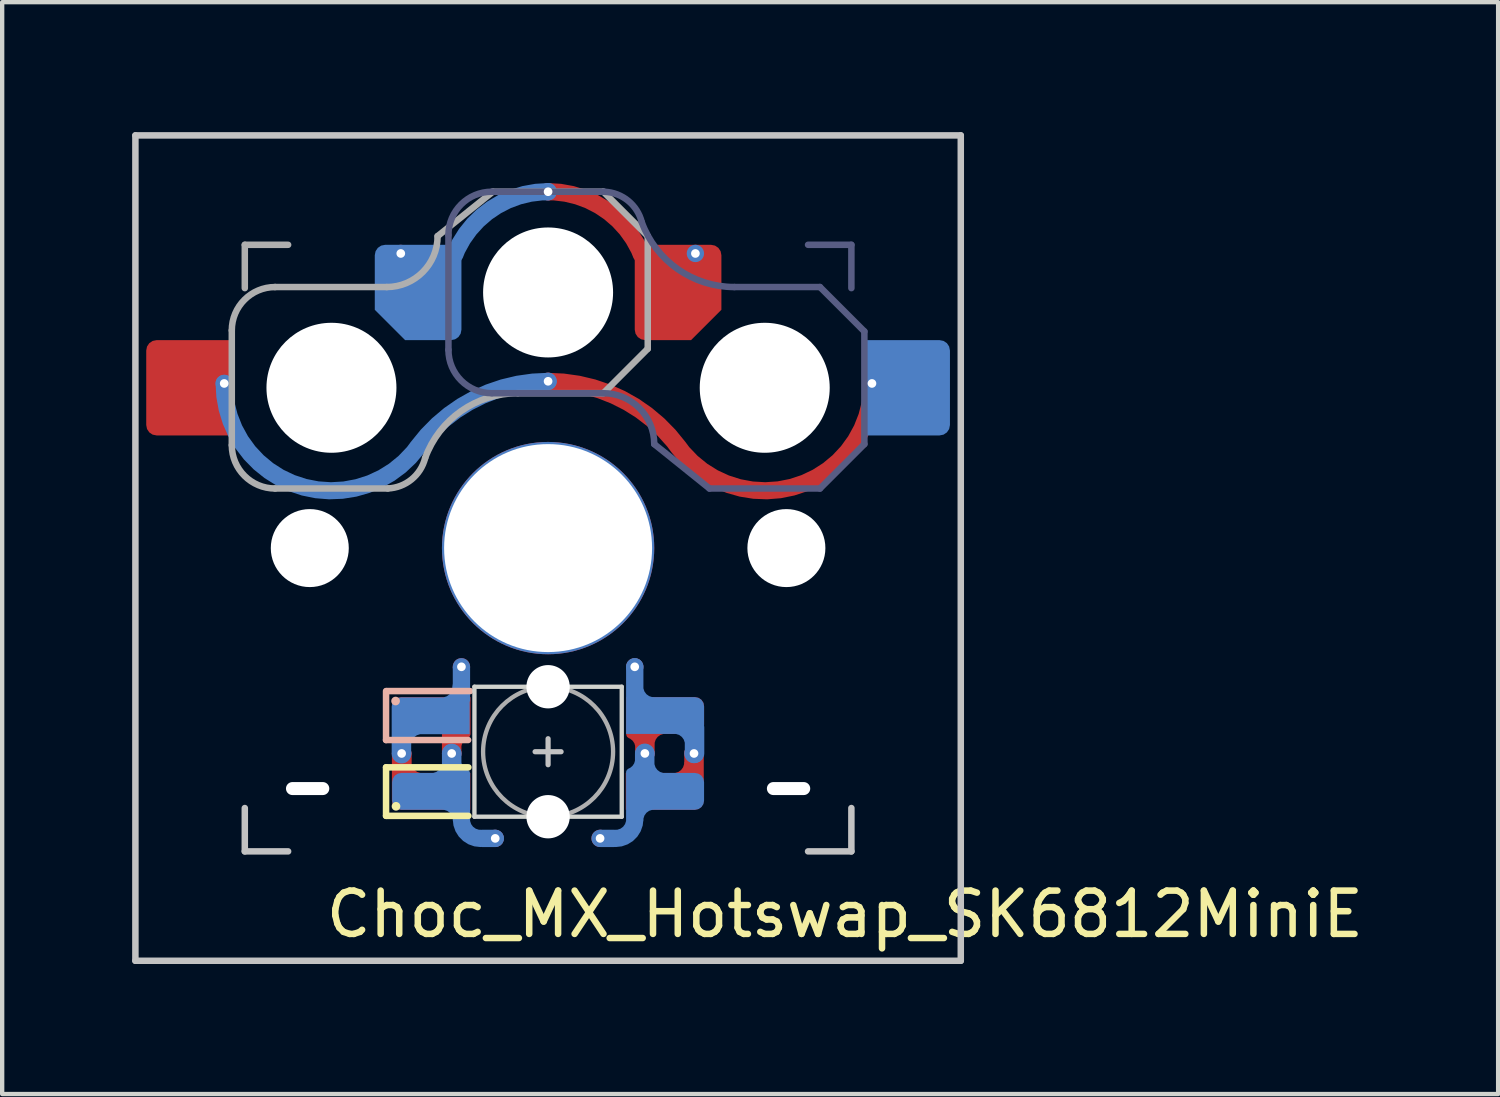
<source format=kicad_pcb>
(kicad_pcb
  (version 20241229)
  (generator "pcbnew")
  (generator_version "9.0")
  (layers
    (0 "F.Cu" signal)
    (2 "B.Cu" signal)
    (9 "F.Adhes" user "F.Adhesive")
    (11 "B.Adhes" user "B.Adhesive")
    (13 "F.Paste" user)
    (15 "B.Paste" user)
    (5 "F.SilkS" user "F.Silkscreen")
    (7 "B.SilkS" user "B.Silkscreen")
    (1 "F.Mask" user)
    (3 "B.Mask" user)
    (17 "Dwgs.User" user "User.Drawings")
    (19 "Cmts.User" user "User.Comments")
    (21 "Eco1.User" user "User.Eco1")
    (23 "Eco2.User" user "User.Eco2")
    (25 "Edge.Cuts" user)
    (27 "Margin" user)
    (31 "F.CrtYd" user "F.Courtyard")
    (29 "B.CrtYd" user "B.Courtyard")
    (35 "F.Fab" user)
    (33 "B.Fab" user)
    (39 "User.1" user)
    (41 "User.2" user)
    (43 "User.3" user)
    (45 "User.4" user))
  (footprint "Choc_MX_Hotswap_SK6812MiniE"
    (layer "F.Cu")
    (at 9.6 9.6)
    (property "Reference" "Choc_MX_Hotswap_SK6812MiniE" (at 6.85 8.45 180) (layer "F.SilkS") (effects (font (size 1 1) (thickness 0.15))))
    (attr through_hole)
    (fp_line (start -3.74 5.06) (end -3.74 6.18) (stroke (width 0.15) (type solid)) (layer "F.SilkS"))
    (fp_line (start -3.74 5.06) (end -1.84 5.06) (stroke (width 0.15) (type solid)) (layer "F.SilkS"))
    (fp_line (start -3.74 6.18) (end -1.84 6.18) (stroke (width 0.15) (type solid)) (layer "F.SilkS"))
    (fp_circle (center -3.51 5.96) (end -3.41 5.96) (stroke (width 0) (type solid)) (fill yes) (layer "F.SilkS"))
    (fp_line (start -3.74 3.3) (end -3.74 4.43) (stroke (width 0.15) (type solid)) (layer "B.SilkS"))
    (fp_line (start -3.74 4.43) (end -1.846 4.43) (stroke (width 0.15) (type solid)) (layer "B.SilkS"))
    (fp_line (start -1.8 3.3) (end -3.724 3.3) (stroke (width 0.15) (type solid)) (layer "B.SilkS"))
    (fp_circle (center -3.52 3.53) (end -3.62 3.53) (stroke (width 0) (type solid)) (fill yes) (layer "B.SilkS"))
    (fp_line (start -9.525 -9.525) (end 9.525 -9.525) (stroke (width 0.15) (type solid)) (layer "Dwgs.User"))
    (fp_line (start -9.525 9.525) (end -9.525 -9.525) (stroke (width 0.15) (type solid)) (layer "Dwgs.User"))
    (fp_line (start -7 6) (end -7 7) (stroke (width 0.15) (type solid)) (layer "Dwgs.User"))
    (fp_line (start -7 7) (end -6 7) (stroke (width 0.15) (type solid)) (layer "Dwgs.User"))
    (fp_line (start 0 4.4) (end 0 5) (stroke (width 0.12) (type solid)) (layer "Dwgs.User"))
    (fp_line (start 0.3 4.7) (end -0.3 4.7) (stroke (width 0.12) (type solid)) (layer "Dwgs.User"))
    (fp_line (start 7 6) (end 7 7) (stroke (width 0.15) (type solid)) (layer "Dwgs.User"))
    (fp_line (start 7 7) (end 6 7) (stroke (width 0.15) (type solid)) (layer "Dwgs.User"))
    (fp_line (start 9.525 -9.525) (end 9.525 9.525) (stroke (width 0.15) (type solid)) (layer "Dwgs.User"))
    (fp_line (start 9.525 9.525) (end -9.525 9.525) (stroke (width 0.15) (type solid)) (layer "Dwgs.User"))
    (fp_line (start -1.7 3.2) (end -1.7 6.2) (stroke (width 0.1) (type solid)) (layer "Edge.Cuts"))
    (fp_line (start -1.7 3.2) (end 1.7 3.2) (stroke (width 0.1) (type solid)) (layer "Edge.Cuts"))
    (fp_line (start -1.7 6.2) (end 1.7 6.2) (stroke (width 0.1) (type solid)) (layer "Edge.Cuts"))
    (fp_line (start 1.7 6.2) (end 1.7 3.2) (stroke (width 0.1) (type solid)) (layer "Edge.Cuts"))
    (fp_line (start -2.3 -4.575) (end -2.3 -7.225) (stroke (width 0.15) (type solid)) (layer "B.Fab"))
    (fp_line (start -1.3 -8.225) (end 1.3 -8.225) (stroke (width 0.15) (type solid)) (layer "B.Fab"))
    (fp_line (start -1.3 -3.575) (end 1.275 -3.575) (stroke (width 0.15) (type solid)) (layer "B.Fab"))
    (fp_line (start 3.725 -1.375) (end 2.45 -2.4) (stroke (width 0.15) (type solid)) (layer "B.Fab"))
    (fp_line (start 3.725 -1.375) (end 6.275 -1.375) (stroke (width 0.15) (type solid)) (layer "B.Fab"))
    (fp_line (start 4.3 -6.025) (end 6.275 -6.025) (stroke (width 0.15) (type solid)) (layer "B.Fab"))
    (fp_line (start 6 -7) (end 7 -7) (stroke (width 0.15) (type solid)) (layer "B.Fab"))
    (fp_line (start 7 -7) (end 7 -6) (stroke (width 0.15) (type solid)) (layer "B.Fab"))
    (fp_line (start 7.3 -5) (end 6.275 -6.025) (stroke (width 0.15) (type solid)) (layer "B.Fab"))
    (fp_line (start 7.3 -2.4) (end 6.275 -1.375) (stroke (width 0.15) (type solid)) (layer "B.Fab"))
    (fp_line (start 7.3 -2.4) (end 7.3 -5) (stroke (width 0.15) (type solid)) (layer "B.Fab"))
    (fp_arc (start -2.3 -7.225) (mid -2.007107 -7.932107) (end -1.3 -8.225) (stroke (width 0.15) (type solid)) (layer "B.Fab"))
    (fp_arc (start -1.3 -3.575) (mid -2.007107 -3.867893) (end -2.3 -4.575) (stroke (width 0.15) (type solid)) (layer "B.Fab"))
    (fp_arc (start 1.275 -3.575) (mid 2.10585 -3.23085) (end 2.45 -2.4) (stroke (width 0.15) (type solid)) (layer "B.Fab"))
    (fp_arc (start 1.300995 -8.223791) (mid 1.848284 -8.016021) (end 2.162199 -7.521904) (stroke (width 0.15) (type solid)) (layer "B.Fab"))
    (fp_arc (start 4.3 -6.025) (mid 2.995114 -6.436429) (end 2.162199 -7.521904) (stroke (width 0.15) (type solid)) (layer "B.Fab"))
    (fp_line (start -7.3 -5.025) (end -7.3 -2.375) (stroke (width 0.15) (type solid)) (layer "F.Fab"))
    (fp_line (start -7 -7) (end -7 -6) (stroke (width 0.15) (type solid)) (layer "F.Fab"))
    (fp_line (start -6.3 -6.025) (end -3.725 -6.025) (stroke (width 0.15) (type solid)) (layer "F.Fab"))
    (fp_line (start -6.3 -1.375) (end -3.7 -1.375) (stroke (width 0.15) (type solid)) (layer "F.Fab"))
    (fp_line (start -6 -7) (end -7 -7) (stroke (width 0.15) (type solid)) (layer "F.Fab"))
    (fp_line (start -1.275 -8.225) (end -2.55 -7.2) (stroke (width 0.15) (type solid)) (layer "F.Fab"))
    (fp_line (start -1.275 -8.225) (end 1.275 -8.225) (stroke (width 0.15) (type solid)) (layer "F.Fab"))
    (fp_line (start -0.7 -3.575) (end 1.275 -3.575) (stroke (width 0.15) (type solid)) (layer "F.Fab"))
    (fp_line (start 2.3 -7.2) (end 1.275 -8.225) (stroke (width 0.15) (type solid)) (layer "F.Fab"))
    (fp_line (start 2.3 -7.2) (end 2.3 -4.6) (stroke (width 0.15) (type solid)) (layer "F.Fab"))
    (fp_line (start 2.3 -4.6) (end 1.275 -3.575) (stroke (width 0.15) (type solid)) (layer "F.Fab"))
    (fp_arc (start -7.3 -5.025) (mid -7.007107 -5.732107) (end -6.3 -6.025) (stroke (width 0.15) (type solid)) (layer "F.Fab"))
    (fp_arc (start -6.3 -1.375) (mid -7.007107 -1.667893) (end -7.3 -2.375) (stroke (width 0.15) (type solid)) (layer "F.Fab"))
    (fp_arc (start -2.837801 -2.078096) (mid -3.151716 -1.583979) (end -3.699005 -1.376209) (stroke (width 0.15) (type solid)) (layer "F.Fab"))
    (fp_arc (start -2.837801 -2.078096) (mid -2.004887 -3.163571) (end -0.7 -3.575) (stroke (width 0.15) (type solid)) (layer "F.Fab"))
    (fp_arc (start -2.55 -7.2) (mid -2.89415 -6.36915) (end -3.725 -6.025) (stroke (width 0.15) (type solid)) (layer "F.Fab"))
    (fp_circle (center 0 4.7) (end 0 6.2) (stroke (width 0.1) (type solid)) (fill no) (layer "F.Fab"))
    (pad "" np_thru_hole oval (at -5.55 5.55) (size 1 0.3) (drill oval 1 0.3) (layers "*.Cu"))
    (pad "" np_thru_hole circle (at -5.5 0 270) (size 1.8 1.8) (drill 1.8) (layers "*.Cu" "*.Mask"))
    (pad "" np_thru_hole circle (at -5 -3.7 90) (size 3 3) (drill 3) (layers "*.Cu" "*.Mask"))
    (pad "" smd roundrect (at -2.855 3.86) (size 1.49 0.84) (layers "B.Mask") (roundrect_rratio 0.25) (chamfer_ratio 0.5) (chamfer top_left))
    (pad "" smd roundrect (at -2.855 5.62 180) (size 1.49 0.84) (layers "F.Mask") (roundrect_rratio 0.25) (chamfer_ratio 0.5) (chamfer top_right))
    (pad "" smd roundrect (at -2.69 5.61) (size 1.82 0.84) (layers "B.Mask") (roundrect_rratio 0.25) (chamfer_ratio 0) (chamfer top_right bottom_right))
    (pad "" smd roundrect (at -2.685 3.865 180) (size 1.83 0.85) (layers "F.Mask") (roundrect_rratio 0.25) (chamfer_ratio 0) (chamfer top_left bottom_left))
    (pad "" smd rect (at -2.47 3.86) (size 1.38 0.84) (layers "B.Mask"))
    (pad "" smd rect (at -2.47 5.62 180) (size 1.38 0.84) (layers "F.Mask"))
    (pad "" np_thru_hole circle (at 0 -5.9 270) (size 3 3) (drill 3) (layers "*.Cu" "*.Mask"))
    (pad "" np_thru_hole circle (at 0 0 270) (size 4.9 4.9) (drill 4.8) (layers "*.Cu" "*.Mask"))
    (pad "" np_thru_hole circle (at 0 3.2) (size 1 1) (drill 1) (layers "*.Cu" "*.Mask"))
    (pad "" np_thru_hole circle (at 0 6.2) (size 1 1) (drill 1) (layers "*.Cu" "*.Mask"))
    (pad "" smd roundrect (at 2.685 5.625) (size 1.83 0.85) (layers "F.Mask") (roundrect_rratio 0.25) (chamfer_ratio 0) (chamfer top_left bottom_left))
    (pad "" smd roundrect (at 2.69 3.865 180) (size 1.82 0.84) (layers "B.Mask") (roundrect_rratio 0.25) (chamfer_ratio 0) (chamfer top_right bottom_right))
    (pad "" smd roundrect (at 2.69 3.865) (size 1.82 0.85) (layers "F.Mask") (roundrect_rratio 0.25) (chamfer_ratio 0) (chamfer top_left bottom_left))
    (pad "" smd roundrect (at 2.69 5.615 180) (size 1.82 0.85) (layers "B.Mask") (roundrect_rratio 0.25) (chamfer_ratio 0) (chamfer top_right bottom_right))
    (pad "" np_thru_hole circle (at 5 -3.7 270) (size 3 3) (drill 3) (layers "*.Cu" "*.Mask"))
    (pad "" np_thru_hole circle (at 5.5 0 270) (size 1.8 1.8) (drill 1.8) (layers "*.Cu" "*.Mask"))
    (pad "" np_thru_hole oval (at 5.55 5.55) (size 1 0.3) (drill oval 1 0.3) (layers "*.Cu"))
    (pad "1" thru_hole circle (at 1.2 6.7 180) (size 0.4 0.4) (drill 0.2) (layers "*.Cu"))
    (pad "1" thru_hole circle (at 2.234 4.739) (size 0.45 0.45) (drill 0.2) (layers "*.Cu"))
    (pad "1" smd custom (at 2.7 3.865 180) (size 0.85 0.85) (layers "F.Cu") (options (anchor circle)) (primitives (gr_arc (start 0.44 -0.665) (mid 0.311126 -0.353874) (end 0 -0.225) (width 0.4)) (gr_arc (start 0.798298 -0.429684) (mid 0.645594 -0.555573) (end 0.588284 -0.744999) (width 0.2)) (gr_line (start 0.466 -0.874) (end 0.466 -0.184) (width 0.45)) (gr_poly (pts (xy -0.9 -0.212) (xy -0.884 -0.294) (xy -0.838 -0.363) (xy -0.769 -0.409) (xy -0.688 -0.425) (xy 0.9 -0.425) (xy 0.9 0.425) (xy -0.688 0.425) (xy -0.769 0.409) (xy -0.838 0.363) (xy -0.884 0.294) (xy -0.9 0.212)) (width 0) (fill yes))))
    (pad "1" smd custom (at 2.7 5.615 180) (size 0.85 0.85) (layers "B.Cu") (options (anchor circle)) (primitives (gr_arc (start 0.698874 -0.666126) (mid 0.57 -0.355) (end 0.258874 -0.226126) (width 0.4)) (gr_arc (start 0.7 -0.645) (mid 0.828874 -0.956126) (end 1.14 -1.085) (width 0.4)) (gr_line (start 1.18 -1.085) (end 1.48 -1.085) (width 0.4)) (gr_line (start 0.7 -0.645) (end 0.7 -0.165) (width 0.4)) (gr_line (start 0.47 0.875) (end 0.47 0.275) (width 0.45)) (gr_arc (start 0.592691 0.750315) (mid 0.650001 0.56089) (end 0.802705 0.435002) (width 0.2)) (gr_arc (start 0.005 0.225) (mid 0.316126 0.353874) (end 0.445 0.665) (width 0.4)) (gr_poly (pts (xy -0.9 -0.212) (xy -0.884 -0.294) (xy -0.838 -0.363) (xy -0.769 -0.409) (xy -0.688 -0.425) (xy 0.9 -0.425) (xy 0.9 0.425) (xy -0.688 0.425) (xy -0.769 0.409) (xy -0.838 0.363) (xy -0.884 0.294) (xy -0.9 0.212)) (width 0) (fill yes))))
    (pad "2" thru_hole circle (at 2 2.74) (size 0.4 0.4) (drill 0.2) (layers "*.Cu"))
    (pad "2" smd custom (at 2.693 5.615) (size 0.85 0.85) (layers "F.Cu") (options (anchor circle)) (primitives (gr_arc (start 0.645874 -0.666126) (mid 0.517 -0.355) (end 0.205874 -0.226126) (width 0.4)) (gr_line (start 0.675 -0.875) (end 0.675 -0.135) (width 0.45)) (gr_poly (pts (xy -0.9 -0.425) (xy 0.9 -0.425) (xy 0.9 0.212) (xy 0.884 0.294) (xy 0.838 0.363) (xy 0.769 0.409) (xy 0.688 0.425) (xy -0.9 0.425)) (width 0) (fill yes))))
    (pad "2" smd custom (at 2.7 3.865) (size 0.85 0.85) (layers "B.Cu") (options (anchor circle)) (primitives (gr_poly (pts (xy -0.9 -0.425) (xy 0.688 -0.425) (xy 0.769 -0.409) (xy 0.838 -0.363) (xy 0.884 -0.294) (xy 0.9 -0.212) (xy 0.9 0.212) (xy 0.884 0.294) (xy 0.838 0.363) (xy 0.769 0.409) (xy 0.688 0.425) (xy -0.9 0.425)) (width 0) (fill yes)) (gr_line (start -0.7 -1.125) (end -0.7 -0.225) (width 0.4)) (gr_arc (start -0.26 -0.226126) (mid -0.571126 -0.355) (end -0.7 -0.666126) (width 0.4)) (gr_line (start 0.68 0.875) (end 0.68 0.275) (width 0.45)) (gr_arc (start 0.215 0.225) (mid 0.526126 0.353874) (end 0.655 0.665) (width 0.4))))
    (pad "2" thru_hole circle (at 3.368 4.74) (size 0.45 0.45) (drill 0.2) (layers "*.Cu"))
    (pad "3" thru_hole circle (at -3.38 4.74) (size 0.45 0.45) (drill 0.2) (layers "*.Cu"))
    (pad "3" smd custom (at -2.71 3.87) (size 0.85 0.85) (layers "B.Cu") (options (anchor circle)) (primitives (gr_poly (pts (xy -0.9 -0.212) (xy -0.884 -0.294) (xy -0.838 -0.363) (xy -0.769 -0.409) (xy -0.688 -0.425) (xy 0.9 -0.425) (xy 0.9 0.425) (xy -0.9 0.425)) (width 0) (fill yes)) (gr_line (start -0.675 0.875) (end -0.675 0.125) (width 0.45)) (gr_arc (start -0.648874 0.666126) (mid -0.52 0.355) (end -0.208874 0.226126) (width 0.4)) (gr_arc (start 0.7 -0.665) (mid 0.571126 -0.353874) (end 0.26 -0.225) (width 0.4))))
    (pad "3" smd custom (at -2.705 5.615) (size 0.85 0.85) (layers "F.Cu") (options (anchor circle)) (primitives (gr_arc (start -0.205 -0.225) (mid -0.516126 -0.353874) (end -0.645 -0.665) (width 0.4)) (gr_poly (pts (xy -0.494 -0.354) (xy -0.85 -0.354) (xy -0.85 -0.887) (xy -0.494 -0.887)) (width 0.1) (fill yes)) (gr_poly (pts (xy -0.9 -0.425) (xy 0.91 -0.425) (xy 0.91 0.425) (xy -0.688 0.425) (xy -0.769 0.409) (xy -0.838 0.363) (xy -0.884 0.294) (xy -0.9 0.212)) (width 0) (fill yes))))
    (pad "3" thru_hole circle (at -2 2.74) (size 0.4 0.4) (drill 0.2) (layers "*.Cu"))
    (pad "3" smd rect (at -2 3.14) (size 0.4 0.8) (layers "B.Cu"))
    (pad "4" smd custom (at -2.7 3.865 180) (size 0.85 0.85) (layers "F.Cu") (options (anchor circle)) (primitives (gr_line (start -0.475 -0.875) (end -0.475 -0.235) (width 0.45)) (gr_arc (start -0.599987 -0.740315) (mid -0.657296 -0.550889) (end -0.81 -0.425001) (width 0.2)) (gr_poly (pts (xy -0.91 -0.425) (xy 0.688 -0.425) (xy 0.769 -0.409) (xy 0.838 -0.363) (xy 0.884 -0.294) (xy 0.9 -0.212) (xy 0.9 0.212) (xy 0.884 0.294) (xy 0.838 0.363) (xy 0.769 0.409) (xy 0.688 0.425) (xy -0.91 0.425)) (width 0) (fill yes))))
    (pad "4" smd custom (at -2.7 5.615 180) (size 0.85 0.85) (layers "B.Cu") (options (anchor circle)) (primitives (gr_arc (start -0.26 -0.226126) (mid -0.571126 -0.355) (end -0.7 -0.666126) (width 0.4)) (gr_line (start -0.7 -0.645) (end -0.7 -0.165) (width 0.4)) (gr_arc (start -1.14 -1.085) (mid -0.828874 -0.956126) (end -0.7 -0.645) (width 0.4)) (gr_line (start -1.18 -1.085) (end -1.48 -1.085) (width 0.4)) (gr_line (start -0.475 0.875) (end -0.475 0.275) (width 0.45)) (gr_arc (start -0.8 0.415) (mid -0.647296 0.540889) (end -0.589986 0.730315) (width 0.2)) (gr_arc (start -0.45 0.665) (mid -0.321126 0.353874) (end -0.01 0.225) (width 0.4)) (gr_poly (pts (xy -0.9 -0.425) (xy 0.688 -0.425) (xy 0.769 -0.409) (xy 0.838 -0.363) (xy 0.884 -0.294) (xy 0.9 -0.212) (xy 0.9 0.212) (xy 0.884 0.294) (xy 0.838 0.363) (xy 0.769 0.409) (xy 0.688 0.425) (xy -0.9 0.425)) (width 0) (fill yes))))
    (pad "4" thru_hole circle (at -2.225 4.74) (size 0.45 0.45) (drill 0.2) (layers "*.Cu"))
    (pad "4" thru_hole circle (at -1.22 6.7 180) (size 0.4 0.4) (drill 0.2) (layers "*.Cu"))
    (pad "5" thru_hole circle (at -3.4 -6.8) (size 0.4 0.4) (drill 0.2) (layers "*.Cu"))
    (pad "5" smd roundrect (at -3 -5.9) (size 2 2.2) (layers "B.Cu" "B.Mask" "B.Paste") (roundrect_rratio 0.12) (chamfer_ratio 0.35) (chamfer bottom_left))
    (pad "5" thru_hole circle (at -0.000002 -8.225) (size 0.4 0.4) (drill 0.2) (layers "*.Cu"))
    (pad "5" smd custom (at 0 -8.225) (size 0.4 0.4) (layers "F.Cu") (options (anchor circle)) (primitives (gr_arc (start 0 0) (mid 1.300418 0.397687) (end 2.155967 1.4547) (width 0.4))))
    (pad "5" smd custom (at 0 -8.225) (size 0.4 0.4) (layers "B.Cu") (options (anchor circle)) (primitives (gr_arc (start -2.155967 1.4547) (mid -1.300418 0.397687) (end 0 0) (width 0.4))))
    (pad "5" smd roundrect (at 3 -5.9) (size 2 2.2) (layers "F.Cu" "F.Mask" "F.Paste") (roundrect_rratio 0.12) (chamfer_ratio 0.35) (chamfer bottom_right))
    (pad "5" thru_hole circle (at 3.4 -6.8) (size 0.4 0.4) (drill 0.2) (layers "*.Cu"))
    (pad "6" smd roundrect (at -8.275 -3.7) (size 2 2.2) (layers "F.Cu" "F.Mask" "F.Paste") (roundrect_rratio 0.12) (chamfer_ratio 0) (chamfer top_right bottom_right))
    (pad "6" thru_hole circle (at -7.475 -3.8) (size 0.4 0.4) (drill 0.2) (layers "*.Cu"))
    (pad "6" smd custom (at -7.475 -3.8) (size 0.4 0.4) (layers "B.Cu") (options (anchor circle)) (primitives (gr_arc (start 4.464509 1.472236) (mid 1.69989 2.350496) (end 0 0) (width 0.4)) (gr_arc (start 4.46451 1.472236) (mid 5.789366 0.355658) (end 7.475 -0.045128) (width 0.4))))
    (pad "6" thru_hole circle (at 0 -3.85) (size 0.4 0.4) (drill 0.2) (layers "*.Cu"))
    (pad "6" thru_hole circle (at 7.475 -3.8) (size 0.4 0.4) (drill 0.2) (layers "*.Cu"))
    (pad "6" smd custom (at 7.475 -3.8) (size 0.4 0.4) (layers "F.Cu") (options (anchor circle)) (primitives (gr_arc (start 0 0) (mid -1.69989 2.350497) (end -4.464509 1.472236) (width 0.4)) (gr_arc (start -7.475 -0.045128) (mid -5.789366 0.355658) (end -4.46451 1.472236) (width 0.4))))
    (pad "6" smd roundrect (at 8.275 -3.7) (size 2 2.2) (layers "B.Cu" "B.Mask" "B.Paste") (roundrect_rratio 0.12) (chamfer_ratio 0) (chamfer top_left bottom_left)))
  (gr_rect
    (start -3 -3)
    (end 31.527 22.2)
    (stroke (width 0.1) (type default))
    (fill no)
    (layer "Edge.Cuts")))
</source>
